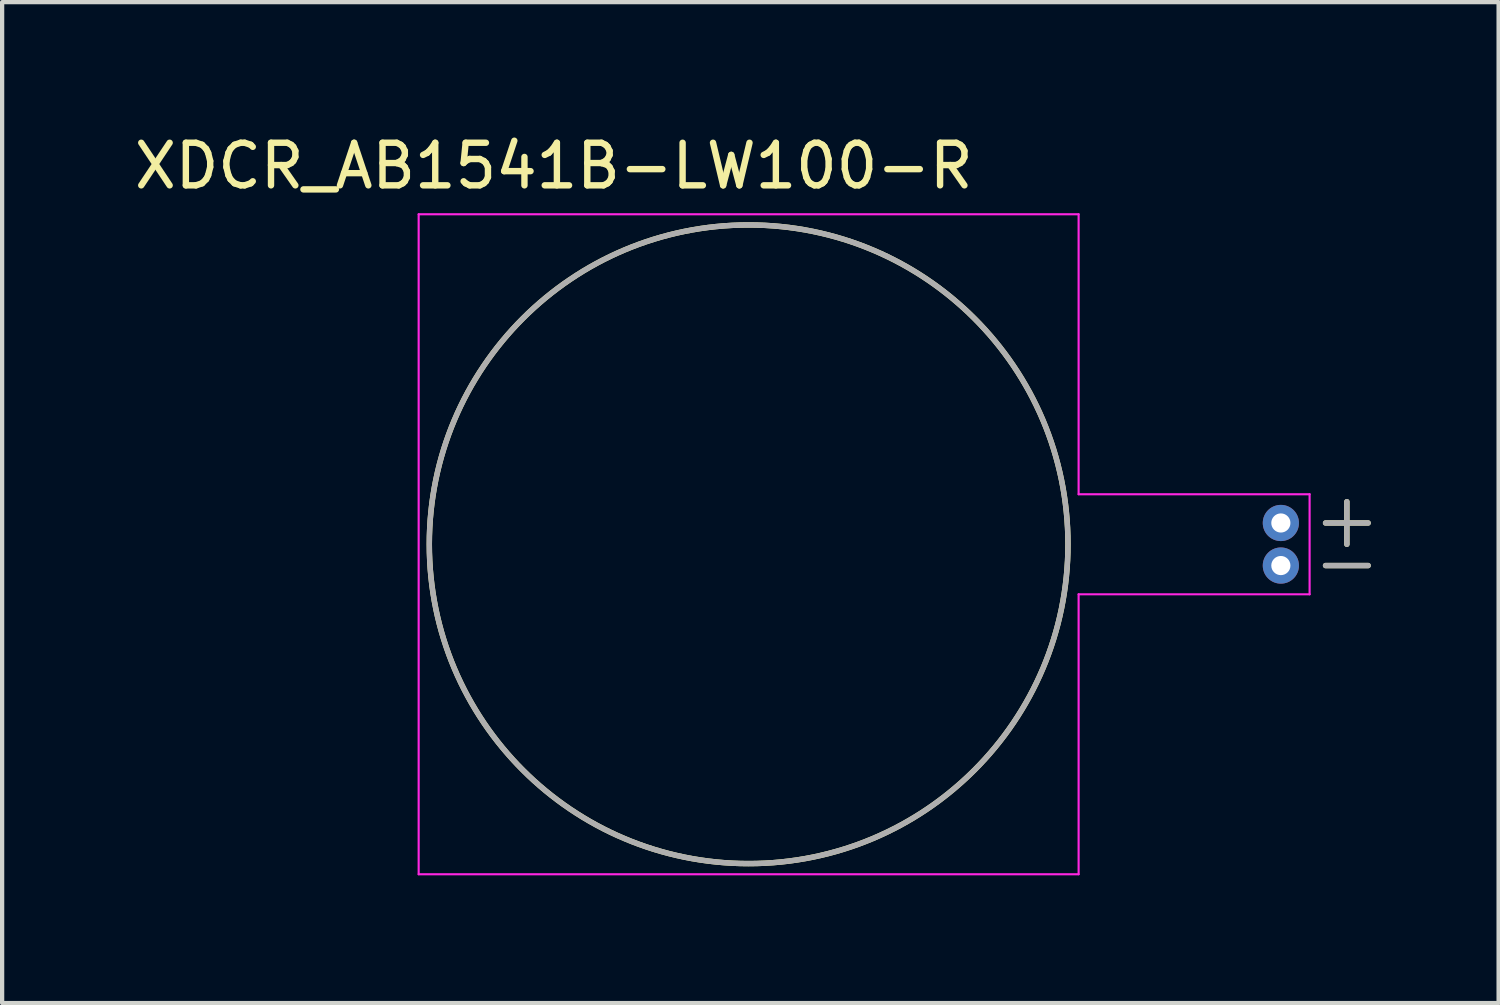
<source format=kicad_pcb>
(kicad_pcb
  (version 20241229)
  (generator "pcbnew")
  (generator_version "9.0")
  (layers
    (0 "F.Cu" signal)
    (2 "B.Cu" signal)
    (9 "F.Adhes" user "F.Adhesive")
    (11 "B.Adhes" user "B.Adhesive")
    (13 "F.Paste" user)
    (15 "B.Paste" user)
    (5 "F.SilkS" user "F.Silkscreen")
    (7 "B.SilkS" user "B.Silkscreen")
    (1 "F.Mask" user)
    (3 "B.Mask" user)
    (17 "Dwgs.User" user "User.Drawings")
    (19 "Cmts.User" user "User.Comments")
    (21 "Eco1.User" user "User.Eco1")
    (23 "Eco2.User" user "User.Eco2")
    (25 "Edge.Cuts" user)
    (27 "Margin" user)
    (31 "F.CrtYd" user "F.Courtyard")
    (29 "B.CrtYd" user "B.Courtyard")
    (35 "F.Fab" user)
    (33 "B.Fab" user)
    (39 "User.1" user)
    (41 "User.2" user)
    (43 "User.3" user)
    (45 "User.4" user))
  (footprint "XDCR_AB1541B-LW100-R"
    (layer "F.Cu")
    (at 14.533 9.733)
    (property "Reference" "XDCR_AB1541B-LW100-R" (at -4.575 -8.885 0) (layer "F.SilkS") (effects (font (size 1 1) (thickness 0.15))))
    (attr through_hole)
    (fp_line (start 13.55 -0.5) (end 14.55 -0.5) (stroke (width 0.127) (type solid)) (layer "F.SilkS"))
    (fp_line (start 13.55 0.5) (end 14.55 0.5) (stroke (width 0.127) (type solid)) (layer "F.SilkS"))
    (fp_line (start 14.05 -1) (end 14.05 0) (stroke (width 0.127) (type solid)) (layer "F.SilkS"))
    (fp_circle (center 0 0) (end 7.5 0) (stroke (width 0.127) (type solid)) (fill no) (layer "F.SilkS"))
    (fp_line (start -7.75 -7.75) (end 7.75 -7.75) (stroke (width 0.05) (type solid)) (layer "F.CrtYd"))
    (fp_line (start -7.75 7.75) (end -7.75 -7.75) (stroke (width 0.05) (type solid)) (layer "F.CrtYd"))
    (fp_line (start 7.75 -7.75) (end 7.75 -1.175) (stroke (width 0.05) (type solid)) (layer "F.CrtYd"))
    (fp_line (start 7.75 -1.175) (end 13.175 -1.175) (stroke (width 0.05) (type solid)) (layer "F.CrtYd"))
    (fp_line (start 7.75 1.175) (end 7.75 7.75) (stroke (width 0.05) (type solid)) (layer "F.CrtYd"))
    (fp_line (start 7.75 7.75) (end -7.75 7.75) (stroke (width 0.05) (type solid)) (layer "F.CrtYd"))
    (fp_line (start 13.175 -1.175) (end 13.175 1.175) (stroke (width 0.05) (type solid)) (layer "F.CrtYd"))
    (fp_line (start 13.175 1.175) (end 7.75 1.175) (stroke (width 0.05) (type solid)) (layer "F.CrtYd"))
    (fp_line (start 13.55 -0.5) (end 14.55 -0.5) (stroke (width 0.127) (type solid)) (layer "F.Fab"))
    (fp_line (start 13.55 0.5) (end 14.55 0.5) (stroke (width 0.127) (type solid)) (layer "F.Fab"))
    (fp_line (start 14.05 -1) (end 14.05 0) (stroke (width 0.127) (type solid)) (layer "F.Fab"))
    (fp_circle (center 0 0) (end 7.5 0) (stroke (width 0.127) (type solid)) (fill no) (layer "F.Fab"))
    (pad "N" thru_hole circle (at 12.5 0.5) (size 0.85 0.85) (drill 0.45) (layers "*.Cu" "*.Mask"))
    (pad "P" thru_hole circle (at 12.5 -0.5) (size 0.85 0.85) (drill 0.45) (layers "*.Cu" "*.Mask")))
  (gr_rect
    (start -3 -3)
    (end 32.147 20.508)
    (stroke (width 0.1) (type default))
    (fill no)
    (layer "Edge.Cuts")))
</source>
